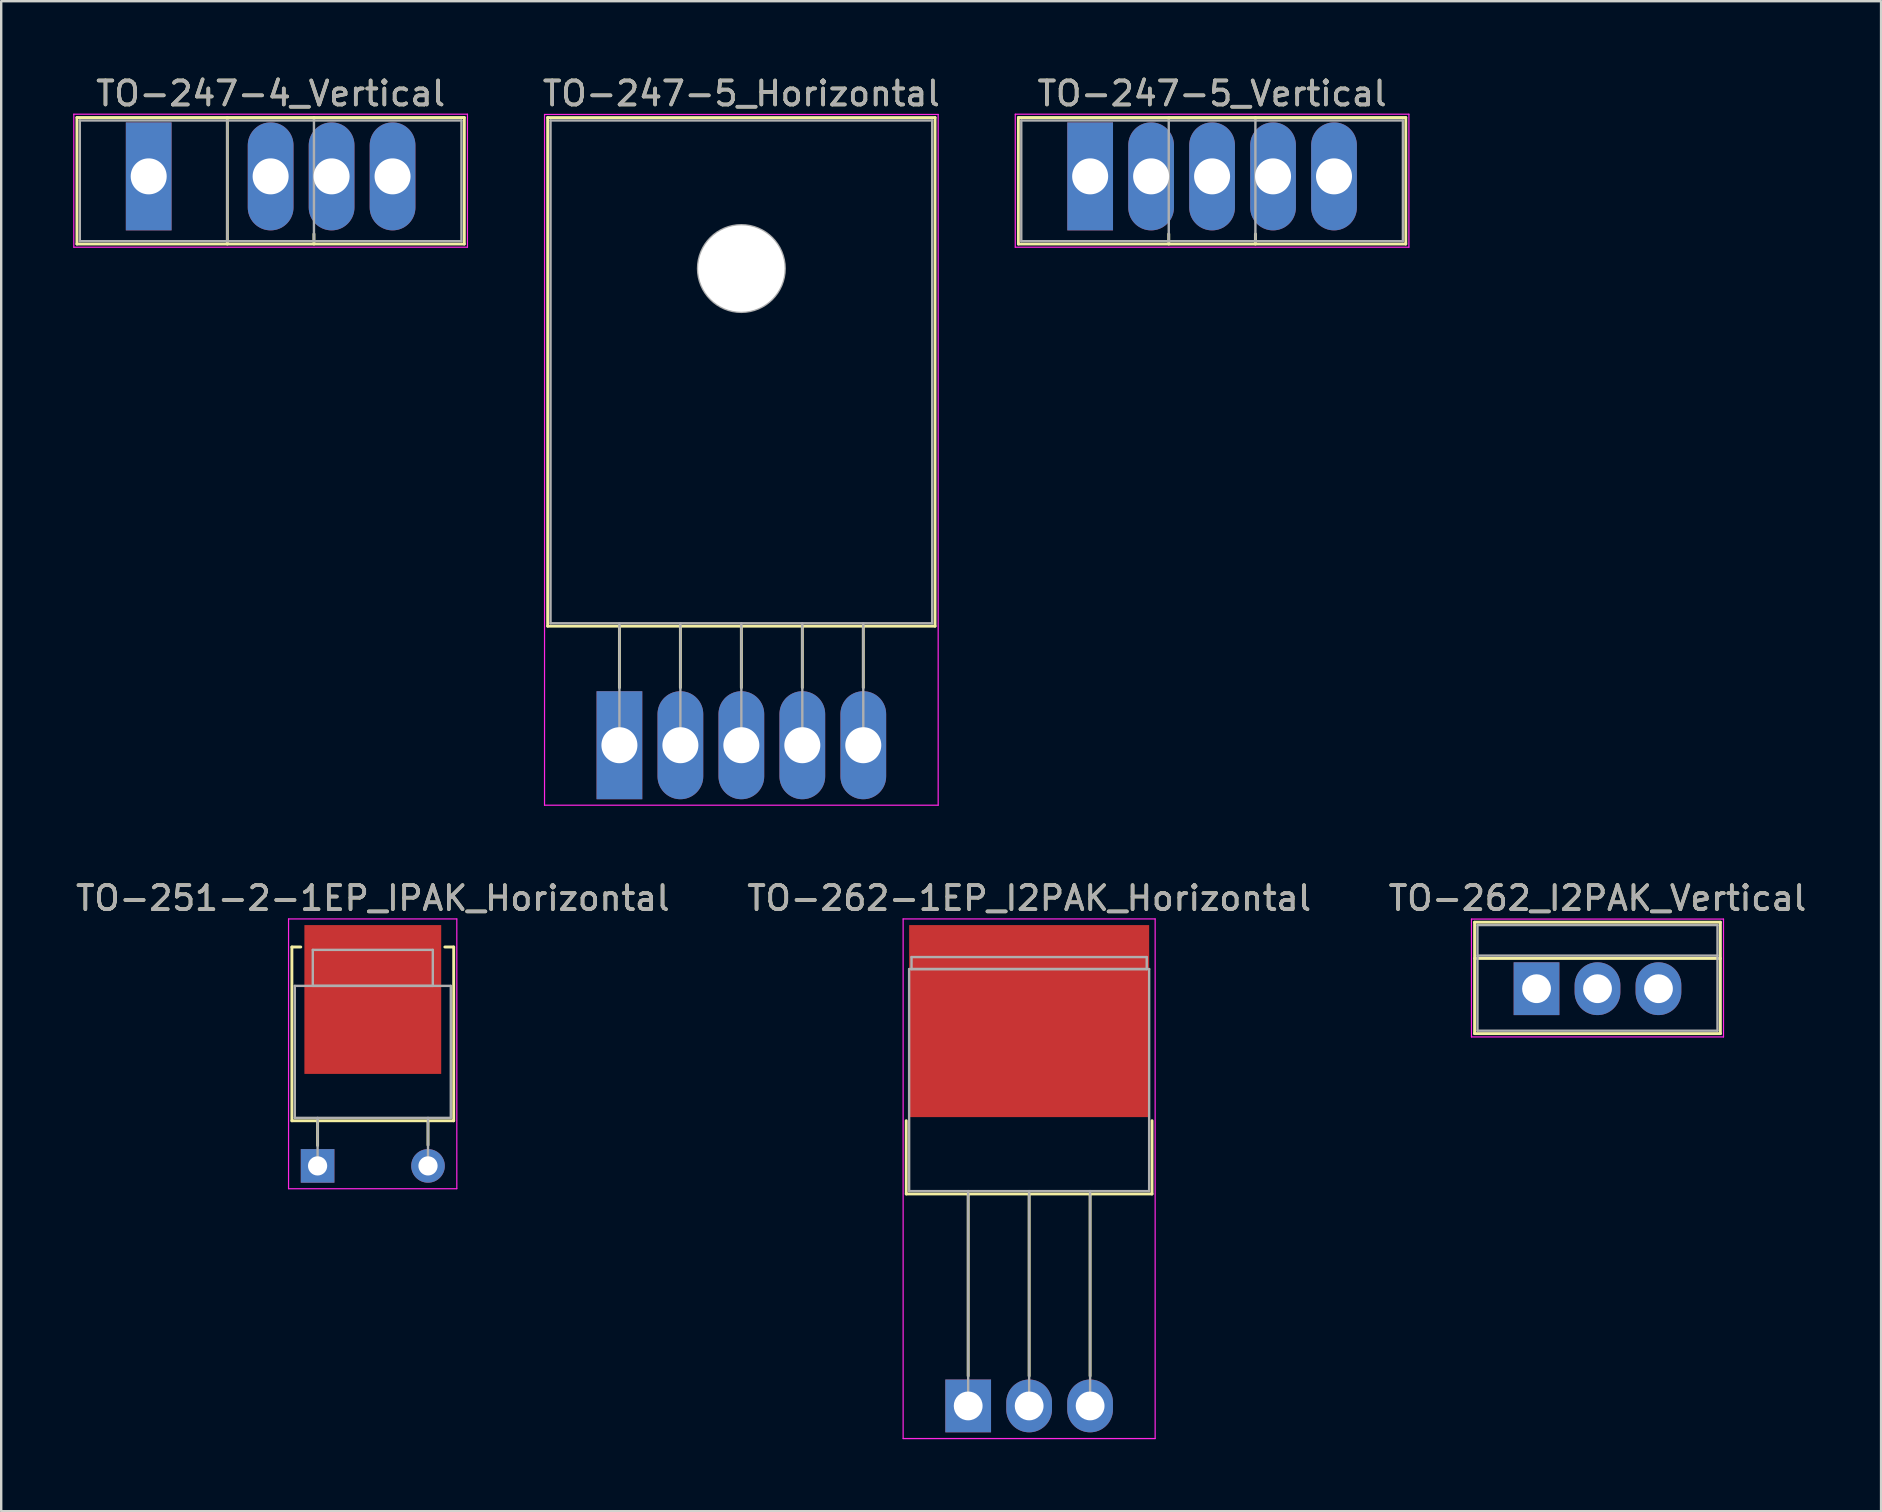
<source format=kicad_pcb>
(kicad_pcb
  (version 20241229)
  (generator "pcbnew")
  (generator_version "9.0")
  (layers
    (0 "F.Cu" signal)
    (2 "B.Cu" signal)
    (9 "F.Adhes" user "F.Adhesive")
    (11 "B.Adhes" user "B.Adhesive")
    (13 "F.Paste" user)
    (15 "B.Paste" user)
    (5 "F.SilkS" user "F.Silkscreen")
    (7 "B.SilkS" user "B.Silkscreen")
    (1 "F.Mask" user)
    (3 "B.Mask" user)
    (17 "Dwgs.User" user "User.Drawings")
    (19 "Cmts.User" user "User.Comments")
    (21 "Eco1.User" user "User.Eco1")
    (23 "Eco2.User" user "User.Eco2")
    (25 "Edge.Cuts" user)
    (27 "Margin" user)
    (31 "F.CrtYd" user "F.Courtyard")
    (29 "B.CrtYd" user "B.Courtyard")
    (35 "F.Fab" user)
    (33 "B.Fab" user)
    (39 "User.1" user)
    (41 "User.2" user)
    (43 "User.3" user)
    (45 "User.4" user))
  (footprint "TO-247-5_Horizontal"
    (layer "F.Cu")
    (at 22.757 27.998)
    (property "Reference" "TO-247-5_Horizontal" (at 5.08 -27.15 0) (layer "F.SilkS") (effects (font (size 1 1) (thickness 0.15))))
    (attr through_hole)
    (fp_line (start -2.99 -26.15) (end -2.99 -4.96) (stroke (width 0.12) (type solid)) (layer "F.SilkS"))
    (fp_line (start -2.99 -26.15) (end 13.15 -26.15) (stroke (width 0.12) (type solid)) (layer "F.SilkS"))
    (fp_line (start -2.99 -4.96) (end 13.15 -4.96) (stroke (width 0.12) (type solid)) (layer "F.SilkS"))
    (fp_line (start 0 -4.96) (end 0 -2.4) (stroke (width 0.12) (type solid)) (layer "F.SilkS"))
    (fp_line (start 2.54 -4.96) (end 2.54 -2.4) (stroke (width 0.12) (type solid)) (layer "F.SilkS"))
    (fp_line (start 5.08 -4.96) (end 5.08 -2.4) (stroke (width 0.12) (type solid)) (layer "F.SilkS"))
    (fp_line (start 7.62 -4.96) (end 7.62 -2.4) (stroke (width 0.12) (type solid)) (layer "F.SilkS"))
    (fp_line (start 10.16 -4.96) (end 10.16 -2.4) (stroke (width 0.12) (type solid)) (layer "F.SilkS"))
    (fp_line (start 13.15 -26.15) (end 13.15 -4.96) (stroke (width 0.12) (type solid)) (layer "F.SilkS"))
    (fp_line (start -3.12 -26.28) (end -3.12 2.5) (stroke (width 0.05) (type solid)) (layer "F.CrtYd"))
    (fp_line (start -3.12 2.5) (end 13.28 2.5) (stroke (width 0.05) (type solid)) (layer "F.CrtYd"))
    (fp_line (start 13.28 -26.28) (end -3.12 -26.28) (stroke (width 0.05) (type solid)) (layer "F.CrtYd"))
    (fp_line (start 13.28 2.5) (end 13.28 -26.28) (stroke (width 0.05) (type solid)) (layer "F.CrtYd"))
    (fp_line (start -2.87 -26.03) (end 13.03 -26.03) (stroke (width 0.1) (type solid)) (layer "F.Fab"))
    (fp_line (start -2.87 -5.08) (end -2.87 -26.03) (stroke (width 0.1) (type solid)) (layer "F.Fab"))
    (fp_line (start 0 -5.08) (end 0 0) (stroke (width 0.1) (type solid)) (layer "F.Fab"))
    (fp_line (start 2.54 -5.08) (end 2.54 0) (stroke (width 0.1) (type solid)) (layer "F.Fab"))
    (fp_line (start 5.08 -5.08) (end 5.08 0) (stroke (width 0.1) (type solid)) (layer "F.Fab"))
    (fp_line (start 7.62 -5.08) (end 7.62 0) (stroke (width 0.1) (type solid)) (layer "F.Fab"))
    (fp_line (start 10.16 -5.08) (end 10.16 0) (stroke (width 0.1) (type solid)) (layer "F.Fab"))
    (fp_line (start 13.03 -26.03) (end 13.03 -5.08) (stroke (width 0.1) (type solid)) (layer "F.Fab"))
    (fp_line (start 13.03 -5.08) (end -2.87 -5.08) (stroke (width 0.1) (type solid)) (layer "F.Fab"))
    (fp_circle (center 5.08 -19.86) (end 6.885 -19.86) (stroke (width 0.1) (type solid)) (fill no) (layer "F.Fab"))
    (fp_text user "${REFERENCE}" (at 5.08 -27.15 0) (layer "F.Fab") (effects (font (size 1 1) (thickness 0.15))))
    (pad "" np_thru_hole oval (at 5.08 -19.86) (size 3.6 3.6) (drill 3.6) (layers "*.Cu" "*.Mask"))
    (pad "1" thru_hole rect (at 0 0) (size 1.905 4.5) (drill 1.5) (layers "*.Cu" "*.Mask"))
    (pad "2" thru_hole oval (at 2.54 0) (size 1.905 4.5) (drill 1.5) (layers "*.Cu" "*.Mask"))
    (pad "3" thru_hole oval (at 5.08 0) (size 1.905 4.5) (drill 1.5) (layers "*.Cu" "*.Mask"))
    (pad "4" thru_hole oval (at 7.62 0) (size 1.905 4.5) (drill 1.5) (layers "*.Cu" "*.Mask"))
    (pad "5" thru_hole oval (at 10.16 0) (size 1.905 4.5) (drill 1.5) (layers "*.Cu" "*.Mask")))
  (footprint "TO-247-4_Vertical"
    (layer "F.Cu")
    (at 3.145 4.298)
    (property "Reference" "TO-247-4_Vertical" (at 5.08 -3.45 0) (layer "F.SilkS") (effects (font (size 1 1) (thickness 0.15))))
    (attr through_hole)
    (fp_line (start -2.99 -2.451) (end -2.99 2.82) (stroke (width 0.12) (type solid)) (layer "F.SilkS"))
    (fp_line (start -2.99 -2.451) (end 13.15 -2.451) (stroke (width 0.12) (type solid)) (layer "F.SilkS"))
    (fp_line (start -2.99 2.82) (end 13.15 2.82) (stroke (width 0.12) (type solid)) (layer "F.SilkS"))
    (fp_line (start 3.276 -2.451) (end 3.276 2.82) (stroke (width 0.12) (type solid)) (layer "F.SilkS"))
    (fp_line (start 6.885 -2.451) (end 6.885 -2.4) (stroke (width 0.12) (type solid)) (layer "F.SilkS"))
    (fp_line (start 6.885 2.4) (end 6.885 2.82) (stroke (width 0.12) (type solid)) (layer "F.SilkS"))
    (fp_line (start 13.15 -2.451) (end 13.15 2.82) (stroke (width 0.12) (type solid)) (layer "F.SilkS"))
    (fp_line (start -3.12 -2.59) (end -3.12 2.95) (stroke (width 0.05) (type solid)) (layer "F.CrtYd"))
    (fp_line (start -3.12 2.95) (end 13.28 2.95) (stroke (width 0.05) (type solid)) (layer "F.CrtYd"))
    (fp_line (start 13.28 -2.59) (end -3.12 -2.59) (stroke (width 0.05) (type solid)) (layer "F.CrtYd"))
    (fp_line (start 13.28 2.95) (end 13.28 -2.59) (stroke (width 0.05) (type solid)) (layer "F.CrtYd"))
    (fp_line (start -2.87 -2.33) (end -2.87 2.7) (stroke (width 0.1) (type solid)) (layer "F.Fab"))
    (fp_line (start -2.87 2.7) (end 13.03 2.7) (stroke (width 0.1) (type solid)) (layer "F.Fab"))
    (fp_line (start 3.275 -2.33) (end 3.275 2.7) (stroke (width 0.1) (type solid)) (layer "F.Fab"))
    (fp_line (start 6.885 -2.33) (end 6.885 2.7) (stroke (width 0.1) (type solid)) (layer "F.Fab"))
    (fp_line (start 13.03 -2.33) (end -2.87 -2.33) (stroke (width 0.1) (type solid)) (layer "F.Fab"))
    (fp_line (start 13.03 2.7) (end 13.03 -2.33) (stroke (width 0.1) (type solid)) (layer "F.Fab"))
    (fp_text user "${REFERENCE}" (at 5.08 -3.45 0) (layer "F.Fab") (effects (font (size 1 1) (thickness 0.15))))
    (pad "1" thru_hole rect (at 0 0) (size 1.905 4.5) (drill 1.5) (layers "*.Cu" "*.Mask"))
    (pad "2" thru_hole oval (at 5.08 0) (size 1.905 4.5) (drill 1.5) (layers "*.Cu" "*.Mask"))
    (pad "3" thru_hole oval (at 7.62 0) (size 1.905 4.5) (drill 1.5) (layers "*.Cu" "*.Mask"))
    (pad "4" thru_hole oval (at 10.16 0) (size 1.905 4.5) (drill 1.5) (layers "*.Cu" "*.Mask")))
  (footprint "TO-247-5_Vertical"
    (layer "F.Cu")
    (at 42.369 4.298)
    (property "Reference" "TO-247-5_Vertical" (at 5.08 -3.45 0) (layer "F.SilkS") (effects (font (size 1 1) (thickness 0.15))))
    (attr through_hole)
    (fp_line (start -2.99 -2.451) (end -2.99 2.82) (stroke (width 0.12) (type solid)) (layer "F.SilkS"))
    (fp_line (start -2.99 -2.451) (end 13.15 -2.451) (stroke (width 0.12) (type solid)) (layer "F.SilkS"))
    (fp_line (start -2.99 2.82) (end 13.15 2.82) (stroke (width 0.12) (type solid)) (layer "F.SilkS"))
    (fp_line (start 3.276 -2.451) (end 3.276 -2.4) (stroke (width 0.12) (type solid)) (layer "F.SilkS"))
    (fp_line (start 3.276 2.4) (end 3.276 2.82) (stroke (width 0.12) (type solid)) (layer "F.SilkS"))
    (fp_line (start 6.885 -2.451) (end 6.885 -2.4) (stroke (width 0.12) (type solid)) (layer "F.SilkS"))
    (fp_line (start 6.885 2.4) (end 6.885 2.82) (stroke (width 0.12) (type solid)) (layer "F.SilkS"))
    (fp_line (start 13.15 -2.451) (end 13.15 2.82) (stroke (width 0.12) (type solid)) (layer "F.SilkS"))
    (fp_line (start -3.12 -2.59) (end -3.12 2.95) (stroke (width 0.05) (type solid)) (layer "F.CrtYd"))
    (fp_line (start -3.12 2.95) (end 13.28 2.95) (stroke (width 0.05) (type solid)) (layer "F.CrtYd"))
    (fp_line (start 13.28 -2.59) (end -3.12 -2.59) (stroke (width 0.05) (type solid)) (layer "F.CrtYd"))
    (fp_line (start 13.28 2.95) (end 13.28 -2.59) (stroke (width 0.05) (type solid)) (layer "F.CrtYd"))
    (fp_line (start -2.87 -2.33) (end -2.87 2.7) (stroke (width 0.1) (type solid)) (layer "F.Fab"))
    (fp_line (start -2.87 2.7) (end 13.03 2.7) (stroke (width 0.1) (type solid)) (layer "F.Fab"))
    (fp_line (start 3.275 -2.33) (end 3.275 2.7) (stroke (width 0.1) (type solid)) (layer "F.Fab"))
    (fp_line (start 6.885 -2.33) (end 6.885 2.7) (stroke (width 0.1) (type solid)) (layer "F.Fab"))
    (fp_line (start 13.03 -2.33) (end -2.87 -2.33) (stroke (width 0.1) (type solid)) (layer "F.Fab"))
    (fp_line (start 13.03 2.7) (end 13.03 -2.33) (stroke (width 0.1) (type solid)) (layer "F.Fab"))
    (fp_text user "${REFERENCE}" (at 5.08 -3.45 0) (layer "F.Fab") (effects (font (size 1 1) (thickness 0.15))))
    (pad "1" thru_hole rect (at 0 0) (size 1.905 4.5) (drill 1.5) (layers "*.Cu" "*.Mask"))
    (pad "2" thru_hole oval (at 2.54 0) (size 1.905 4.5) (drill 1.5) (layers "*.Cu" "*.Mask"))
    (pad "3" thru_hole oval (at 5.08 0) (size 1.905 4.5) (drill 1.5) (layers "*.Cu" "*.Mask"))
    (pad "4" thru_hole oval (at 7.62 0) (size 1.905 4.5) (drill 1.5) (layers "*.Cu" "*.Mask"))
    (pad "5" thru_hole oval (at 10.16 0) (size 1.905 4.5) (drill 1.5) (layers "*.Cu" "*.Mask")))
  (footprint "TO-262-1EP_I2PAK_Horizontal"
    (layer "F.Cu")
    (at 37.287 55.525)
    (property "Reference" "TO-262-1EP_I2PAK_Horizontal" (at 2.54 -21.153 0) (layer "F.SilkS") (effects (font (size 1 1) (thickness 0.15))))
    (attr through_hole)
    (fp_line (start -2.58 -11.884) (end -2.58 -8.83) (stroke (width 0.12) (type solid)) (layer "F.SilkS"))
    (fp_line (start -2.58 -8.83) (end 7.66 -8.83) (stroke (width 0.12) (type solid)) (layer "F.SilkS"))
    (fp_line (start 0 -8.83) (end 0 -1.25) (stroke (width 0.12) (type solid)) (layer "F.SilkS"))
    (fp_line (start 2.54 -8.83) (end 2.54 -1.25) (stroke (width 0.12) (type solid)) (layer "F.SilkS"))
    (fp_line (start 5.08 -8.83) (end 5.08 -1.25) (stroke (width 0.12) (type solid)) (layer "F.SilkS"))
    (fp_line (start 7.66 -11.884) (end 7.66 -8.83) (stroke (width 0.12) (type solid)) (layer "F.SilkS"))
    (fp_line (start -2.71 -20.29) (end -2.71 1.36) (stroke (width 0.05) (type solid)) (layer "F.CrtYd"))
    (fp_line (start -2.71 1.36) (end 7.79 1.36) (stroke (width 0.05) (type solid)) (layer "F.CrtYd"))
    (fp_line (start 7.79 -20.29) (end -2.71 -20.29) (stroke (width 0.05) (type solid)) (layer "F.CrtYd"))
    (fp_line (start 7.79 1.36) (end 7.79 -20.29) (stroke (width 0.05) (type solid)) (layer "F.CrtYd"))
    (fp_line (start -2.46 -18.2) (end 7.54 -18.2) (stroke (width 0.1) (type solid)) (layer "F.Fab"))
    (fp_line (start -2.46 -8.95) (end -2.46 -18.2) (stroke (width 0.1) (type solid)) (layer "F.Fab"))
    (fp_line (start -2.36 -18.7) (end 7.44 -18.7) (stroke (width 0.1) (type solid)) (layer "F.Fab"))
    (fp_line (start -2.36 -18.2) (end -2.36 -18.7) (stroke (width 0.1) (type solid)) (layer "F.Fab"))
    (fp_line (start 0 -8.95) (end 0 0) (stroke (width 0.1) (type solid)) (layer "F.Fab"))
    (fp_line (start 2.54 -8.95) (end 2.54 0) (stroke (width 0.1) (type solid)) (layer "F.Fab"))
    (fp_line (start 5.08 -8.95) (end 5.08 0) (stroke (width 0.1) (type solid)) (layer "F.Fab"))
    (fp_line (start 7.44 -18.7) (end 7.44 -18.2) (stroke (width 0.1) (type solid)) (layer "F.Fab"))
    (fp_line (start 7.44 -18.2) (end -2.36 -18.2) (stroke (width 0.1) (type solid)) (layer "F.Fab"))
    (fp_line (start 7.54 -18.2) (end 7.54 -8.95) (stroke (width 0.1) (type solid)) (layer "F.Fab"))
    (fp_line (start 7.54 -8.95) (end -2.46 -8.95) (stroke (width 0.1) (type solid)) (layer "F.Fab"))
    (fp_text user "${REFERENCE}" (at 2.54 -21.153 0) (layer "F.Fab") (effects (font (size 1 1) (thickness 0.15))))
    (pad "1" thru_hole rect (at 0 0) (size 1.905 2.2) (drill 1.2) (layers "*.Cu" "*.Mask"))
    (pad "2" thru_hole oval (at 2.54 0) (size 1.905 2.2) (drill 1.2) (layers "*.Cu" "*.Mask"))
    (pad "3" thru_hole oval (at 5.08 0) (size 1.905 2.2) (drill 1.2) (layers "*.Cu" "*.Mask"))
    (pad "4" smd rect (at 2.54 -16.033) (size 10 8) (layers "F.Cu" "F.Mask" "F.Paste")))
  (footprint "TO-262_I2PAK_Vertical"
    (layer "F.Cu")
    (at 60.966 38.142)
    (property "Reference" "TO-262_I2PAK_Vertical" (at 2.54 -3.77 0) (layer "F.SilkS") (effects (font (size 1 1) (thickness 0.15))))
    (attr through_hole)
    (fp_line (start -2.58 -2.77) (end -2.58 1.871) (stroke (width 0.12) (type solid)) (layer "F.SilkS"))
    (fp_line (start -2.58 -2.77) (end 7.66 -2.77) (stroke (width 0.12) (type solid)) (layer "F.SilkS"))
    (fp_line (start -2.58 -1.26) (end 7.66 -1.26) (stroke (width 0.12) (type solid)) (layer "F.SilkS"))
    (fp_line (start -2.58 1.871) (end 7.66 1.871) (stroke (width 0.12) (type solid)) (layer "F.SilkS"))
    (fp_line (start 7.66 -2.77) (end 7.66 1.871) (stroke (width 0.12) (type solid)) (layer "F.SilkS"))
    (fp_line (start -2.71 -2.9) (end -2.71 2.01) (stroke (width 0.05) (type solid)) (layer "F.CrtYd"))
    (fp_line (start -2.71 2.01) (end 7.79 2.01) (stroke (width 0.05) (type solid)) (layer "F.CrtYd"))
    (fp_line (start 7.79 -2.9) (end -2.71 -2.9) (stroke (width 0.05) (type solid)) (layer "F.CrtYd"))
    (fp_line (start 7.79 2.01) (end 7.79 -2.9) (stroke (width 0.05) (type solid)) (layer "F.CrtYd"))
    (fp_line (start -2.46 -2.65) (end -2.46 1.75) (stroke (width 0.1) (type solid)) (layer "F.Fab"))
    (fp_line (start -2.46 -1.38) (end 7.54 -1.38) (stroke (width 0.1) (type solid)) (layer "F.Fab"))
    (fp_line (start -2.46 1.75) (end 7.54 1.75) (stroke (width 0.1) (type solid)) (layer "F.Fab"))
    (fp_line (start 7.54 -2.65) (end -2.46 -2.65) (stroke (width 0.1) (type solid)) (layer "F.Fab"))
    (fp_line (start 7.54 1.75) (end 7.54 -2.65) (stroke (width 0.1) (type solid)) (layer "F.Fab"))
    (fp_text user "${REFERENCE}" (at 2.54 -3.77 0) (layer "F.Fab") (effects (font (size 1 1) (thickness 0.15))))
    (pad "1" thru_hole rect (at 0 0) (size 1.905 2.2) (drill 1.2) (layers "*.Cu" "*.Mask"))
    (pad "2" thru_hole oval (at 2.54 0) (size 1.905 2.2) (drill 1.2) (layers "*.Cu" "*.Mask"))
    (pad "3" thru_hole oval (at 5.08 0) (size 1.905 2.2) (drill 1.2) (layers "*.Cu" "*.Mask")))
  (footprint "TO-251-2-1EP_IPAK_Horizontal"
    (layer "F.Cu")
    (at 10.182 45.525)
    (property "Reference" "TO-251-2-1EP_IPAK_Horizontal" (at 2.3 -11.153 0) (layer "F.SilkS") (effects (font (size 1 1) (thickness 0.15))))
    (attr through_hole)
    (fp_line (start -1.071 -9.12) (end -1.071 -1.88) (stroke (width 0.12) (type solid)) (layer "F.SilkS"))
    (fp_line (start -1.071 -9.12) (end -0.701 -9.12) (stroke (width 0.12) (type solid)) (layer "F.SilkS"))
    (fp_line (start -1.071 -1.88) (end 5.67 -1.88) (stroke (width 0.12) (type solid)) (layer "F.SilkS"))
    (fp_line (start 0 -1.88) (end 0 -0.85) (stroke (width 0.12) (type solid)) (layer "F.SilkS"))
    (fp_line (start 4.6 -1.88) (end 4.6 -0.866) (stroke (width 0.12) (type solid)) (layer "F.SilkS"))
    (fp_line (start 5.301 -9.12) (end 5.67 -9.12) (stroke (width 0.12) (type solid)) (layer "F.SilkS"))
    (fp_line (start 5.67 -9.12) (end 5.67 -1.88) (stroke (width 0.12) (type solid)) (layer "F.SilkS"))
    (fp_line (start -1.21 -10.29) (end -1.21 0.95) (stroke (width 0.05) (type solid)) (layer "F.CrtYd"))
    (fp_line (start -1.21 0.95) (end 5.8 0.95) (stroke (width 0.05) (type solid)) (layer "F.CrtYd"))
    (fp_line (start 5.8 -10.29) (end -1.21 -10.29) (stroke (width 0.05) (type solid)) (layer "F.CrtYd"))
    (fp_line (start 5.8 0.95) (end 5.8 -10.29) (stroke (width 0.05) (type solid)) (layer "F.CrtYd"))
    (fp_line (start -0.95 -7.5) (end 5.55 -7.5) (stroke (width 0.1) (type solid)) (layer "F.Fab"))
    (fp_line (start -0.95 -2) (end -0.95 -7.5) (stroke (width 0.1) (type solid)) (layer "F.Fab"))
    (fp_line (start -0.2 -9) (end 4.8 -9) (stroke (width 0.1) (type solid)) (layer "F.Fab"))
    (fp_line (start -0.2 -7.5) (end -0.2 -9) (stroke (width 0.1) (type solid)) (layer "F.Fab"))
    (fp_line (start 0 -2) (end 0 0) (stroke (width 0.1) (type solid)) (layer "F.Fab"))
    (fp_line (start 4.6 -2) (end 4.6 0) (stroke (width 0.1) (type solid)) (layer "F.Fab"))
    (fp_line (start 4.8 -9) (end 4.8 -7.5) (stroke (width 0.1) (type solid)) (layer "F.Fab"))
    (fp_line (start 4.8 -7.5) (end -0.2 -7.5) (stroke (width 0.1) (type solid)) (layer "F.Fab"))
    (fp_line (start 5.55 -7.5) (end 5.55 -2) (stroke (width 0.1) (type solid)) (layer "F.Fab"))
    (fp_line (start 5.55 -2) (end -0.95 -2) (stroke (width 0.1) (type solid)) (layer "F.Fab"))
    (fp_text user "${REFERENCE}" (at 2.3 -11.153 0) (layer "F.Fab") (effects (font (size 1 1) (thickness 0.15))))
    (pad "1" thru_hole rect (at 0 0) (size 1.4 1.4) (drill 0.8) (layers "*.Cu" "*.Mask"))
    (pad "2" thru_hole oval (at 4.6 0) (size 1.4 1.4) (drill 0.8) (layers "*.Cu" "*.Mask"))
    (pad "3" smd rect (at 2.3 -6.933) (size 5.7 6.2) (layers "F.Cu" "F.Mask" "F.Paste")))
  (gr_rect
    (start -3 -3)
    (end 75.321 59.91)
    (stroke (width 0.1) (type default))
    (fill no)
    (layer "Edge.Cuts")))
</source>
